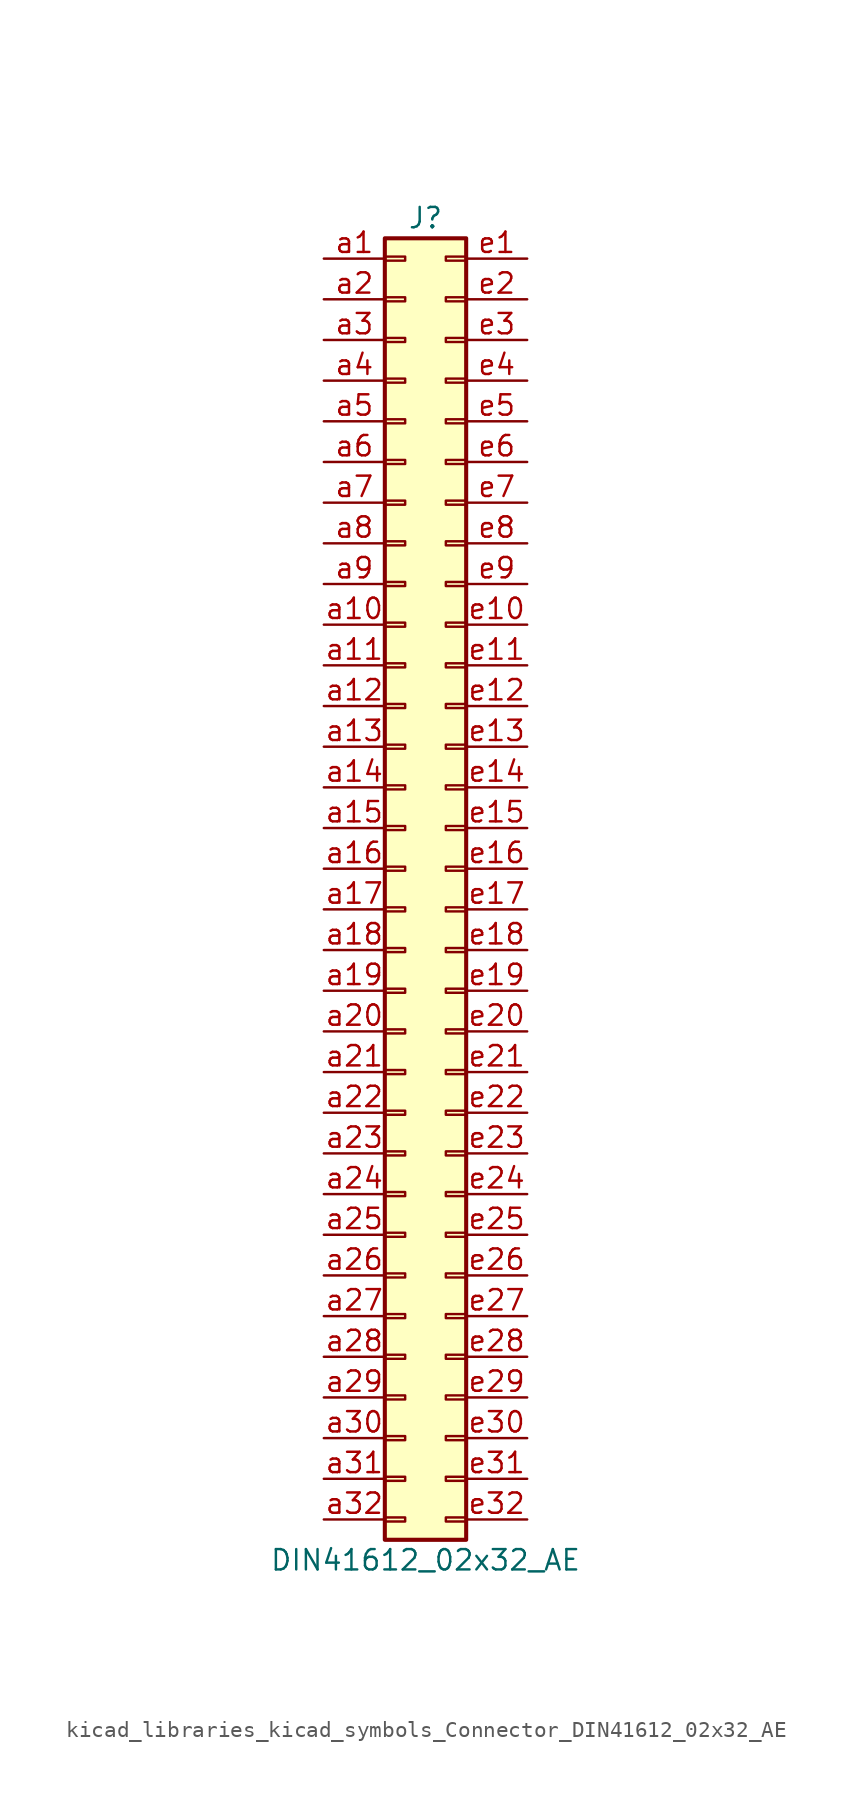
<source format=kicad_sym>
(kicad_symbol_lib
  (version 20220914)
  (generator kicad_symbol_editor)
  (symbol "kicad_libraries_kicad_symbols_Connector_DIN41612_02x32_AE"
    (pin_names
      (offset 1.016) hide)
    (property "Reference" "J"
      (at 1.27 40.64 0)
      (effects (font (size 1.27 1.27))))
    (property "Value" "DIN41612_02x32_AE"
      (at 1.27 -43.18 0)
      (effects (font (size 1.27 1.27))))
    (symbol "kicad_libraries_kicad_symbols_Connector_DIN41612_02x32_AE_1_1"
      (rectangle (start -1.27 -40.513) (end 0 -40.767) (stroke (width 0.152) (type default)) (fill (type none)))
      (rectangle (start -1.27 -37.973) (end 0 -38.227) (stroke (width 0.152) (type default)) (fill (type none)))
      (rectangle (start -1.27 -35.433) (end 0 -35.687) (stroke (width 0.152) (type default)) (fill (type none)))
      (rectangle (start -1.27 -32.893) (end 0 -33.147) (stroke (width 0.152) (type default)) (fill (type none)))
      (rectangle (start -1.27 -30.353) (end 0 -30.607) (stroke (width 0.152) (type default)) (fill (type none)))
      (rectangle (start -1.27 -27.813) (end 0 -28.067) (stroke (width 0.152) (type default)) (fill (type none)))
      (rectangle (start -1.27 -25.273) (end 0 -25.527) (stroke (width 0.152) (type default)) (fill (type none)))
      (rectangle (start -1.27 -22.733) (end 0 -22.987) (stroke (width 0.152) (type default)) (fill (type none)))
      (rectangle (start -1.27 -20.193) (end 0 -20.447) (stroke (width 0.152) (type default)) (fill (type none)))
      (rectangle (start -1.27 -17.653) (end 0 -17.907) (stroke (width 0.152) (type default)) (fill (type none)))
      (rectangle (start -1.27 -15.113) (end 0 -15.367) (stroke (width 0.152) (type default)) (fill (type none)))
      (rectangle (start -1.27 -12.573) (end 0 -12.827) (stroke (width 0.152) (type default)) (fill (type none)))
      (rectangle (start -1.27 -10.033) (end 0 -10.287) (stroke (width 0.152) (type default)) (fill (type none)))
      (rectangle (start -1.27 -7.493) (end 0 -7.747) (stroke (width 0.152) (type default)) (fill (type none)))
      (rectangle (start -1.27 -4.953) (end 0 -5.207) (stroke (width 0.152) (type default)) (fill (type none)))
      (rectangle (start -1.27 -2.413) (end 0 -2.667) (stroke (width 0.152) (type default)) (fill (type none)))
      (rectangle (start -1.27 0.127) (end 0 -0.127) (stroke (width 0.152) (type default)) (fill (type none)))
      (rectangle (start -1.27 2.667) (end 0 2.413) (stroke (width 0.152) (type default)) (fill (type none)))
      (rectangle (start -1.27 5.207) (end 0 4.953) (stroke (width 0.152) (type default)) (fill (type none)))
      (rectangle (start -1.27 7.747) (end 0 7.493) (stroke (width 0.152) (type default)) (fill (type none)))
      (rectangle (start -1.27 10.287) (end 0 10.033) (stroke (width 0.152) (type default)) (fill (type none)))
      (rectangle (start -1.27 12.827) (end 0 12.573) (stroke (width 0.152) (type default)) (fill (type none)))
      (rectangle (start -1.27 15.367) (end 0 15.113) (stroke (width 0.152) (type default)) (fill (type none)))
      (rectangle (start -1.27 17.907) (end 0 17.653) (stroke (width 0.152) (type default)) (fill (type none)))
      (rectangle (start -1.27 20.447) (end 0 20.193) (stroke (width 0.152) (type default)) (fill (type none)))
      (rectangle (start -1.27 22.987) (end 0 22.733) (stroke (width 0.152) (type default)) (fill (type none)))
      (rectangle (start -1.27 25.527) (end 0 25.273) (stroke (width 0.152) (type default)) (fill (type none)))
      (rectangle (start -1.27 28.067) (end 0 27.813) (stroke (width 0.152) (type default)) (fill (type none)))
      (rectangle (start -1.27 30.607) (end 0 30.353) (stroke (width 0.152) (type default)) (fill (type none)))
      (rectangle (start -1.27 33.147) (end 0 32.893) (stroke (width 0.152) (type default)) (fill (type none)))
      (rectangle (start -1.27 35.687) (end 0 35.433) (stroke (width 0.152) (type default)) (fill (type none)))
      (rectangle (start -1.27 38.227) (end 0 37.973) (stroke (width 0.152) (type default)) (fill (type none)))
      (rectangle (start -1.27 39.37) (end 3.81 -41.91) (stroke (width 0.254) (type default)) (fill (type background)))
      (rectangle (start 3.81 -40.513) (end 2.54 -40.767) (stroke (width 0.152) (type default)) (fill (type none)))
      (rectangle (start 3.81 -37.973) (end 2.54 -38.227) (stroke (width 0.152) (type default)) (fill (type none)))
      (rectangle (start 3.81 -35.433) (end 2.54 -35.687) (stroke (width 0.152) (type default)) (fill (type none)))
      (rectangle (start 3.81 -32.893) (end 2.54 -33.147) (stroke (width 0.152) (type default)) (fill (type none)))
      (rectangle (start 3.81 -30.353) (end 2.54 -30.607) (stroke (width 0.152) (type default)) (fill (type none)))
      (rectangle (start 3.81 -27.813) (end 2.54 -28.067) (stroke (width 0.152) (type default)) (fill (type none)))
      (rectangle (start 3.81 -25.273) (end 2.54 -25.527) (stroke (width 0.152) (type default)) (fill (type none)))
      (rectangle (start 3.81 -22.733) (end 2.54 -22.987) (stroke (width 0.152) (type default)) (fill (type none)))
      (rectangle (start 3.81 -20.193) (end 2.54 -20.447) (stroke (width 0.152) (type default)) (fill (type none)))
      (rectangle (start 3.81 -17.653) (end 2.54 -17.907) (stroke (width 0.152) (type default)) (fill (type none)))
      (rectangle (start 3.81 -15.113) (end 2.54 -15.367) (stroke (width 0.152) (type default)) (fill (type none)))
      (rectangle (start 3.81 -12.573) (end 2.54 -12.827) (stroke (width 0.152) (type default)) (fill (type none)))
      (rectangle (start 3.81 -10.033) (end 2.54 -10.287) (stroke (width 0.152) (type default)) (fill (type none)))
      (rectangle (start 3.81 -7.493) (end 2.54 -7.747) (stroke (width 0.152) (type default)) (fill (type none)))
      (rectangle (start 3.81 -4.953) (end 2.54 -5.207) (stroke (width 0.152) (type default)) (fill (type none)))
      (rectangle (start 3.81 -2.413) (end 2.54 -2.667) (stroke (width 0.152) (type default)) (fill (type none)))
      (rectangle (start 3.81 0.127) (end 2.54 -0.127) (stroke (width 0.152) (type default)) (fill (type none)))
      (rectangle (start 3.81 2.667) (end 2.54 2.413) (stroke (width 0.152) (type default)) (fill (type none)))
      (rectangle (start 3.81 5.207) (end 2.54 4.953) (stroke (width 0.152) (type default)) (fill (type none)))
      (rectangle (start 3.81 7.747) (end 2.54 7.493) (stroke (width 0.152) (type default)) (fill (type none)))
      (rectangle (start 3.81 10.287) (end 2.54 10.033) (stroke (width 0.152) (type default)) (fill (type none)))
      (rectangle (start 3.81 12.827) (end 2.54 12.573) (stroke (width 0.152) (type default)) (fill (type none)))
      (rectangle (start 3.81 15.367) (end 2.54 15.113) (stroke (width 0.152) (type default)) (fill (type none)))
      (rectangle (start 3.81 17.907) (end 2.54 17.653) (stroke (width 0.152) (type default)) (fill (type none)))
      (rectangle (start 3.81 20.447) (end 2.54 20.193) (stroke (width 0.152) (type default)) (fill (type none)))
      (rectangle (start 3.81 22.987) (end 2.54 22.733) (stroke (width 0.152) (type default)) (fill (type none)))
      (rectangle (start 3.81 25.527) (end 2.54 25.273) (stroke (width 0.152) (type default)) (fill (type none)))
      (rectangle (start 3.81 28.067) (end 2.54 27.813) (stroke (width 0.152) (type default)) (fill (type none)))
      (rectangle (start 3.81 30.607) (end 2.54 30.353) (stroke (width 0.152) (type default)) (fill (type none)))
      (rectangle (start 3.81 33.147) (end 2.54 32.893) (stroke (width 0.152) (type default)) (fill (type none)))
      (rectangle (start 3.81 35.687) (end 2.54 35.433) (stroke (width 0.152) (type default)) (fill (type none)))
      (rectangle (start 3.81 38.227) (end 2.54 37.973) (stroke (width 0.152) (type default)) (fill (type none)))
      (pin passive line (at -5.08 38.1 0) (length 3.81) (name "Pin_a1" (effects (font (size 1.27 1.27)))) (number "a1" (effects (font (size 1.27 1.27)))))
      (pin passive line (at -5.08 15.24 0) (length 3.81) (name "Pin_a10" (effects (font (size 1.27 1.27)))) (number "a10" (effects (font (size 1.27 1.27)))))
      (pin passive line (at -5.08 12.7 0) (length 3.81) (name "Pin_a11" (effects (font (size 1.27 1.27)))) (number "a11" (effects (font (size 1.27 1.27)))))
      (pin passive line (at -5.08 10.16 0) (length 3.81) (name "Pin_a12" (effects (font (size 1.27 1.27)))) (number "a12" (effects (font (size 1.27 1.27)))))
      (pin passive line (at -5.08 7.62 0) (length 3.81) (name "Pin_a13" (effects (font (size 1.27 1.27)))) (number "a13" (effects (font (size 1.27 1.27)))))
      (pin passive line (at -5.08 5.08 0) (length 3.81) (name "Pin_a14" (effects (font (size 1.27 1.27)))) (number "a14" (effects (font (size 1.27 1.27)))))
      (pin passive line (at -5.08 2.54 0) (length 3.81) (name "Pin_a15" (effects (font (size 1.27 1.27)))) (number "a15" (effects (font (size 1.27 1.27)))))
      (pin passive line (at -5.08 0 0) (length 3.81) (name "Pin_a16" (effects (font (size 1.27 1.27)))) (number "a16" (effects (font (size 1.27 1.27)))))
      (pin passive line (at -5.08 -2.54 0) (length 3.81) (name "Pin_a17" (effects (font (size 1.27 1.27)))) (number "a17" (effects (font (size 1.27 1.27)))))
      (pin passive line (at -5.08 -5.08 0) (length 3.81) (name "Pin_a18" (effects (font (size 1.27 1.27)))) (number "a18" (effects (font (size 1.27 1.27)))))
      (pin passive line (at -5.08 -7.62 0) (length 3.81) (name "Pin_a19" (effects (font (size 1.27 1.27)))) (number "a19" (effects (font (size 1.27 1.27)))))
      (pin passive line (at -5.08 35.56 0) (length 3.81) (name "Pin_a2" (effects (font (size 1.27 1.27)))) (number "a2" (effects (font (size 1.27 1.27)))))
      (pin passive line (at -5.08 -10.16 0) (length 3.81) (name "Pin_a20" (effects (font (size 1.27 1.27)))) (number "a20" (effects (font (size 1.27 1.27)))))
      (pin passive line (at -5.08 -12.7 0) (length 3.81) (name "Pin_a21" (effects (font (size 1.27 1.27)))) (number "a21" (effects (font (size 1.27 1.27)))))
      (pin passive line (at -5.08 -15.24 0) (length 3.81) (name "Pin_a22" (effects (font (size 1.27 1.27)))) (number "a22" (effects (font (size 1.27 1.27)))))
      (pin passive line (at -5.08 -17.78 0) (length 3.81) (name "Pin_a23" (effects (font (size 1.27 1.27)))) (number "a23" (effects (font (size 1.27 1.27)))))
      (pin passive line (at -5.08 -20.32 0) (length 3.81) (name "Pin_a24" (effects (font (size 1.27 1.27)))) (number "a24" (effects (font (size 1.27 1.27)))))
      (pin passive line (at -5.08 -22.86 0) (length 3.81) (name "Pin_a25" (effects (font (size 1.27 1.27)))) (number "a25" (effects (font (size 1.27 1.27)))))
      (pin passive line (at -5.08 -25.4 0) (length 3.81) (name "Pin_a26" (effects (font (size 1.27 1.27)))) (number "a26" (effects (font (size 1.27 1.27)))))
      (pin passive line (at -5.08 -27.94 0) (length 3.81) (name "Pin_a27" (effects (font (size 1.27 1.27)))) (number "a27" (effects (font (size 1.27 1.27)))))
      (pin passive line (at -5.08 -30.48 0) (length 3.81) (name "Pin_a28" (effects (font (size 1.27 1.27)))) (number "a28" (effects (font (size 1.27 1.27)))))
      (pin passive line (at -5.08 -33.02 0) (length 3.81) (name "Pin_a29" (effects (font (size 1.27 1.27)))) (number "a29" (effects (font (size 1.27 1.27)))))
      (pin passive line (at -5.08 33.02 0) (length 3.81) (name "Pin_a3" (effects (font (size 1.27 1.27)))) (number "a3" (effects (font (size 1.27 1.27)))))
      (pin passive line (at -5.08 -35.56 0) (length 3.81) (name "Pin_a30" (effects (font (size 1.27 1.27)))) (number "a30" (effects (font (size 1.27 1.27)))))
      (pin passive line (at -5.08 -38.1 0) (length 3.81) (name "Pin_a31" (effects (font (size 1.27 1.27)))) (number "a31" (effects (font (size 1.27 1.27)))))
      (pin passive line (at -5.08 -40.64 0) (length 3.81) (name "Pin_a32" (effects (font (size 1.27 1.27)))) (number "a32" (effects (font (size 1.27 1.27)))))
      (pin passive line (at -5.08 30.48 0) (length 3.81) (name "Pin_a4" (effects (font (size 1.27 1.27)))) (number "a4" (effects (font (size 1.27 1.27)))))
      (pin passive line (at -5.08 27.94 0) (length 3.81) (name "Pin_a5" (effects (font (size 1.27 1.27)))) (number "a5" (effects (font (size 1.27 1.27)))))
      (pin passive line (at -5.08 25.4 0) (length 3.81) (name "Pin_a6" (effects (font (size 1.27 1.27)))) (number "a6" (effects (font (size 1.27 1.27)))))
      (pin passive line (at -5.08 22.86 0) (length 3.81) (name "Pin_a7" (effects (font (size 1.27 1.27)))) (number "a7" (effects (font (size 1.27 1.27)))))
      (pin passive line (at -5.08 20.32 0) (length 3.81) (name "Pin_a8" (effects (font (size 1.27 1.27)))) (number "a8" (effects (font (size 1.27 1.27)))))
      (pin passive line (at -5.08 17.78 0) (length 3.81) (name "Pin_a9" (effects (font (size 1.27 1.27)))) (number "a9" (effects (font (size 1.27 1.27)))))
      (pin passive line (at 7.62 38.1 180) (length 3.81) (name "Pin_e1" (effects (font (size 1.27 1.27)))) (number "e1" (effects (font (size 1.27 1.27)))))
      (pin passive line (at 7.62 15.24 180) (length 3.81) (name "Pin_e10" (effects (font (size 1.27 1.27)))) (number "e10" (effects (font (size 1.27 1.27)))))
      (pin passive line (at 7.62 12.7 180) (length 3.81) (name "Pin_e11" (effects (font (size 1.27 1.27)))) (number "e11" (effects (font (size 1.27 1.27)))))
      (pin passive line (at 7.62 10.16 180) (length 3.81) (name "Pin_e12" (effects (font (size 1.27 1.27)))) (number "e12" (effects (font (size 1.27 1.27)))))
      (pin passive line (at 7.62 7.62 180) (length 3.81) (name "Pin_e13" (effects (font (size 1.27 1.27)))) (number "e13" (effects (font (size 1.27 1.27)))))
      (pin passive line (at 7.62 5.08 180) (length 3.81) (name "Pin_e14" (effects (font (size 1.27 1.27)))) (number "e14" (effects (font (size 1.27 1.27)))))
      (pin passive line (at 7.62 2.54 180) (length 3.81) (name "Pin_e15" (effects (font (size 1.27 1.27)))) (number "e15" (effects (font (size 1.27 1.27)))))
      (pin passive line (at 7.62 0 180) (length 3.81) (name "Pin_e16" (effects (font (size 1.27 1.27)))) (number "e16" (effects (font (size 1.27 1.27)))))
      (pin passive line (at 7.62 -2.54 180) (length 3.81) (name "Pin_e17" (effects (font (size 1.27 1.27)))) (number "e17" (effects (font (size 1.27 1.27)))))
      (pin passive line (at 7.62 -5.08 180) (length 3.81) (name "Pin_e18" (effects (font (size 1.27 1.27)))) (number "e18" (effects (font (size 1.27 1.27)))))
      (pin passive line (at 7.62 -7.62 180) (length 3.81) (name "Pin_e19" (effects (font (size 1.27 1.27)))) (number "e19" (effects (font (size 1.27 1.27)))))
      (pin passive line (at 7.62 35.56 180) (length 3.81) (name "Pin_e2" (effects (font (size 1.27 1.27)))) (number "e2" (effects (font (size 1.27 1.27)))))
      (pin passive line (at 7.62 -10.16 180) (length 3.81) (name "Pin_e20" (effects (font (size 1.27 1.27)))) (number "e20" (effects (font (size 1.27 1.27)))))
      (pin passive line (at 7.62 -12.7 180) (length 3.81) (name "Pin_e21" (effects (font (size 1.27 1.27)))) (number "e21" (effects (font (size 1.27 1.27)))))
      (pin passive line (at 7.62 -15.24 180) (length 3.81) (name "Pin_e22" (effects (font (size 1.27 1.27)))) (number "e22" (effects (font (size 1.27 1.27)))))
      (pin passive line (at 7.62 -17.78 180) (length 3.81) (name "Pin_e23" (effects (font (size 1.27 1.27)))) (number "e23" (effects (font (size 1.27 1.27)))))
      (pin passive line (at 7.62 -20.32 180) (length 3.81) (name "Pin_e24" (effects (font (size 1.27 1.27)))) (number "e24" (effects (font (size 1.27 1.27)))))
      (pin passive line (at 7.62 -22.86 180) (length 3.81) (name "Pin_e25" (effects (font (size 1.27 1.27)))) (number "e25" (effects (font (size 1.27 1.27)))))
      (pin passive line (at 7.62 -25.4 180) (length 3.81) (name "Pin_e26" (effects (font (size 1.27 1.27)))) (number "e26" (effects (font (size 1.27 1.27)))))
      (pin passive line (at 7.62 -27.94 180) (length 3.81) (name "Pin_e27" (effects (font (size 1.27 1.27)))) (number "e27" (effects (font (size 1.27 1.27)))))
      (pin passive line (at 7.62 -30.48 180) (length 3.81) (name "Pin_e28" (effects (font (size 1.27 1.27)))) (number "e28" (effects (font (size 1.27 1.27)))))
      (pin passive line (at 7.62 -33.02 180) (length 3.81) (name "Pin_e29" (effects (font (size 1.27 1.27)))) (number "e29" (effects (font (size 1.27 1.27)))))
      (pin passive line (at 7.62 33.02 180) (length 3.81) (name "Pin_e3" (effects (font (size 1.27 1.27)))) (number "e3" (effects (font (size 1.27 1.27)))))
      (pin passive line (at 7.62 -35.56 180) (length 3.81) (name "Pin_e30" (effects (font (size 1.27 1.27)))) (number "e30" (effects (font (size 1.27 1.27)))))
      (pin passive line (at 7.62 -38.1 180) (length 3.81) (name "Pin_e31" (effects (font (size 1.27 1.27)))) (number "e31" (effects (font (size 1.27 1.27)))))
      (pin passive line (at 7.62 -40.64 180) (length 3.81) (name "Pin_e32" (effects (font (size 1.27 1.27)))) (number "e32" (effects (font (size 1.27 1.27)))))
      (pin passive line (at 7.62 30.48 180) (length 3.81) (name "Pin_e4" (effects (font (size 1.27 1.27)))) (number "e4" (effects (font (size 1.27 1.27)))))
      (pin passive line (at 7.62 27.94 180) (length 3.81) (name "Pin_e5" (effects (font (size 1.27 1.27)))) (number "e5" (effects (font (size 1.27 1.27)))))
      (pin passive line (at 7.62 25.4 180) (length 3.81) (name "Pin_e6" (effects (font (size 1.27 1.27)))) (number "e6" (effects (font (size 1.27 1.27)))))
      (pin passive line (at 7.62 22.86 180) (length 3.81) (name "Pin_e7" (effects (font (size 1.27 1.27)))) (number "e7" (effects (font (size 1.27 1.27)))))
      (pin passive line (at 7.62 20.32 180) (length 3.81) (name "Pin_e8" (effects (font (size 1.27 1.27)))) (number "e8" (effects (font (size 1.27 1.27)))))
      (pin passive line (at 7.62 17.78 180) (length 3.81) (name "Pin_e9" (effects (font (size 1.27 1.27)))) (number "e9" (effects (font (size 1.27 1.27))))))))
</source>
